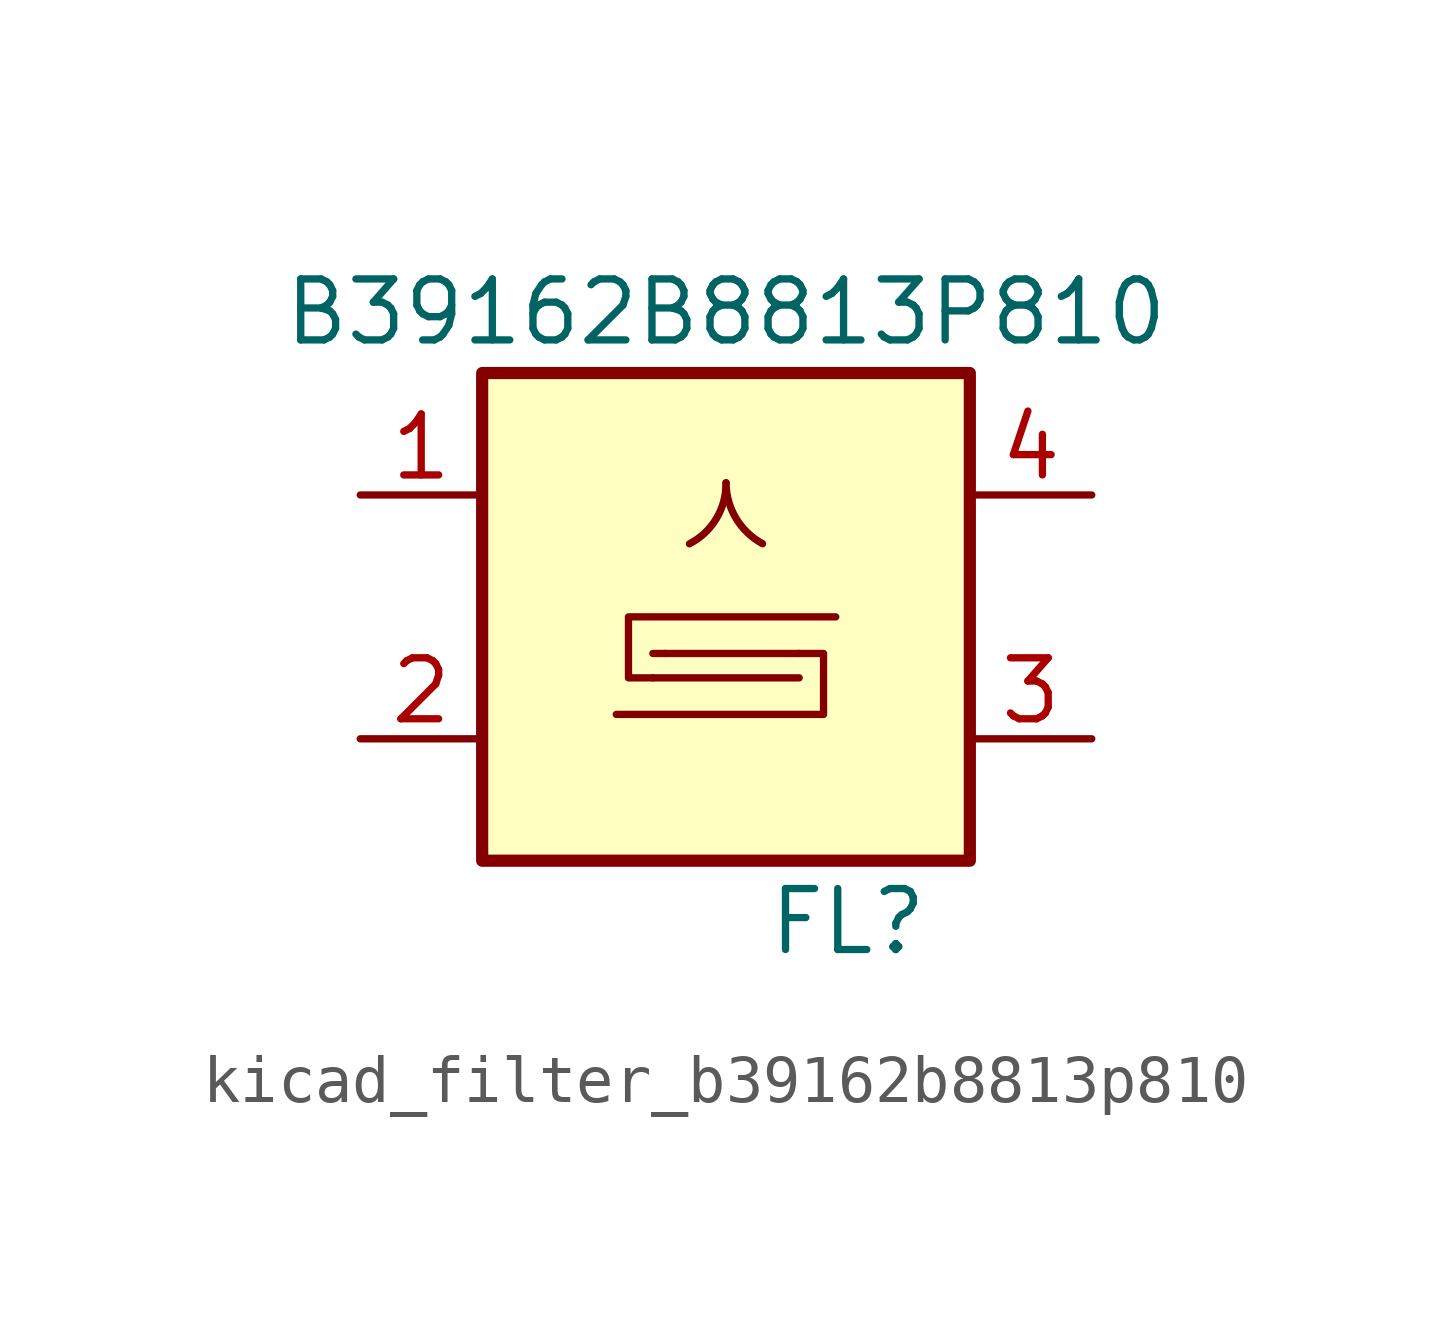
<source format=kicad_sym>
(kicad_symbol_lib
  (version 20220914)
  (generator kicad_symbol_editor)
  (symbol "kicad_filter_b39162b8813p810"
    (pin_names
      (offset 1.016))
    (property "Reference" "FL"
      (at 2.54 -6.35 0)
      (effects (font (size 1.27 1.27))))
    (property "Value" "B39162B8813P810"
      (at 0 6.35 0)
      (effects (font (size 1.27 1.27))))
    (symbol "kicad_filter_b39162b8813p810_0_1"
      (rectangle (start -5.08 5.08) (end 5.08 -5.08) (stroke (width 0.254) (type default)) (fill (type background)))
      (arc (start -0.762 1.524) (mid -0.1988 2.0511) (end 0 2.794) (stroke (width 0) (type default)) (fill (type none)))
      (polyline (pts (xy -1.524 -0.762) (xy -1.27 -0.762)) (stroke (width 0) (type default)) (fill (type none)))
      (polyline (pts (xy 1.524 -1.27) (xy -1.524 -1.27)) (stroke (width 0) (type default)) (fill (type none)))
      (polyline (pts (xy 1.524 -0.762) (xy -1.27 -0.762)) (stroke (width 0) (type default)) (fill (type none)))
      (polyline (pts (xy -1.524 -1.27) (xy -2.032 -1.27) (xy -2.032 0) (xy 2.286 0)) (stroke (width 0) (type default)) (fill (type none)))
      (polyline (pts (xy 1.524 -0.762) (xy 2.032 -0.762) (xy 2.032 -2.032) (xy -2.286 -2.032)) (stroke (width 0) (type default)) (fill (type none)))
      (arc (start 0 2.794) (mid 0.2065 2.0558) (end 0.762 1.524) (stroke (width 0) (type default)) (fill (type none))))
    (symbol "kicad_filter_b39162b8813p810_1_1"
      (pin passive line (at -7.62 2.54 0) (length 2.54) (name "~" (effects (font (size 1.27 1.27)))) (number "1" (effects (font (size 1.27 1.27)))))
      (pin passive line (at -7.62 -2.54 0) (length 2.54) (name "~" (effects (font (size 1.27 1.27)))) (number "2" (effects (font (size 1.27 1.27)))))
      (pin passive line (at 7.62 -2.54 180) (length 2.54) (name "~" (effects (font (size 1.27 1.27)))) (number "3" (effects (font (size 1.27 1.27)))))
      (pin passive line (at 7.62 2.54 180) (length 2.54) (name "~" (effects (font (size 1.27 1.27)))) (number "4" (effects (font (size 1.27 1.27)))))
      (pin passive line (at -7.62 -2.54 0) (length 2.54) hide (name "~" (effects (font (size 1.27 1.27)))) (number "5" (effects (font (size 1.27 1.27))))))))
</source>
